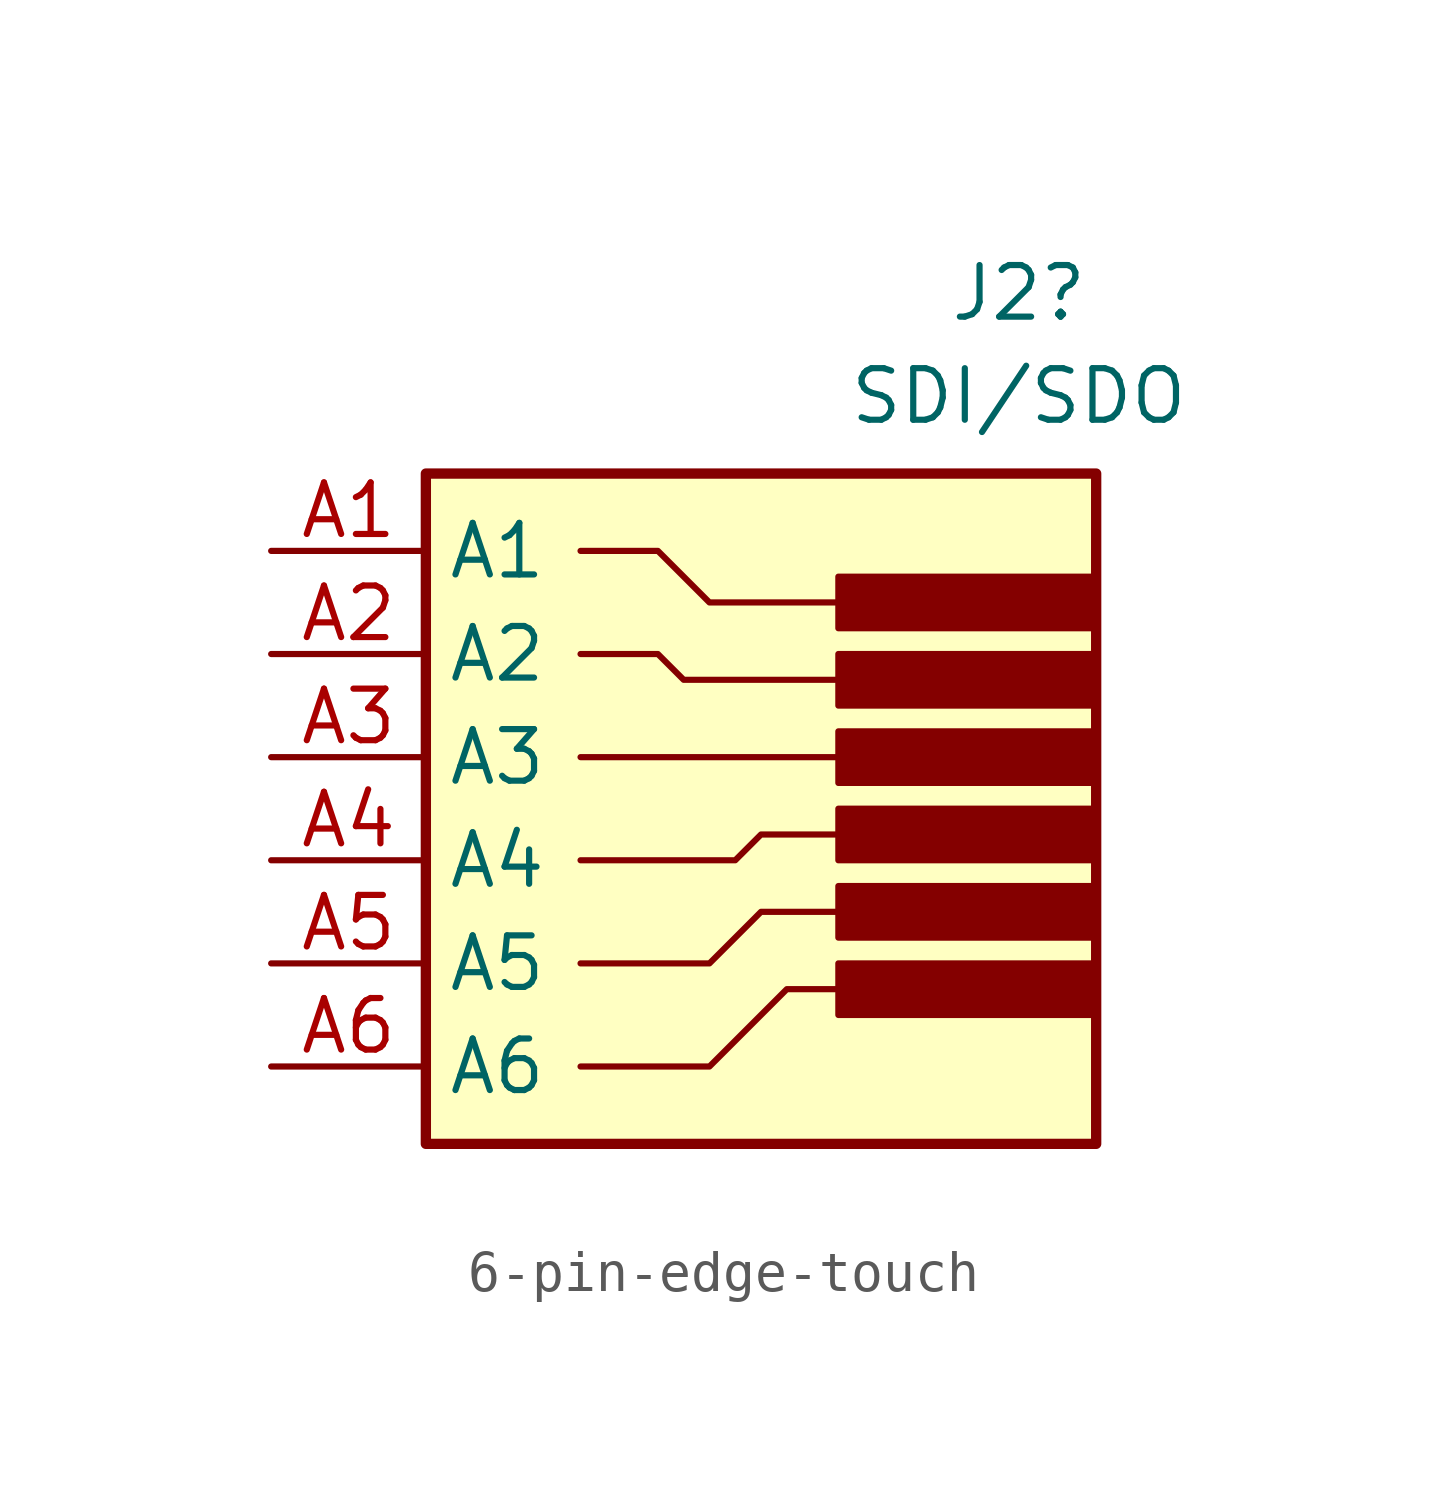
<source format=kicad_sym>
(kicad_symbol_lib
  (version 20220914)
  (generator kicad_symbol_editor)
  (symbol "6-pin-edge-touch"
    (property "Reference" "J2"
      (at 3.175 21.59 0)
      (effects (font (size 1.27 1.27))))
    (property "Value" "SDI/SDO"
      (at 3.175 19.05 0)
      (effects (font (size 1.27 1.27))))
    (symbol "6-pin-edge-touch_0_1"
      (rectangle (start -11.43 17.145) (end 5.08 0.635) (stroke (width 0.254) (type default)) (fill (type background)))
      (rectangle (start -1.27 5.08) (end 5.08 3.81) (stroke (width 0) (type default)) (fill (type color) (color 132 0 0 1)))
      (rectangle (start -1.27 6.985) (end 5.08 5.715) (stroke (width 0) (type default)) (fill (type color) (color 132 0 0 1)))
      (rectangle (start -1.27 8.89) (end 5.08 7.62) (stroke (width 0) (type default)) (fill (type color) (color 132 0 0 1)))
      (rectangle (start -1.27 10.795) (end 5.08 9.525) (stroke (width 0) (type default)) (fill (type color) (color 132 0 0 1)))
      (rectangle (start -1.27 12.7) (end 5.08 11.43) (stroke (width 0) (type default)) (fill (type color) (color 132 0 0 1)))
      (rectangle (start -1.27 14.605) (end 5.08 13.335) (stroke (width 0) (type default)) (fill (type color) (color 132 0 0 1)))
      (polyline (pts (xy -7.62 10.16) (xy -1.27 10.16)) (stroke (width 0) (type default)) (fill (type none)))
      (polyline (pts (xy -7.62 2.54) (xy -4.445 2.54) (xy -2.54 4.445) (xy -1.27 4.445)) (stroke (width 0) (type default)) (fill (type none)))
      (polyline (pts (xy -7.62 5.08) (xy -4.445 5.08) (xy -3.175 6.35) (xy -1.27 6.35)) (stroke (width 0) (type default)) (fill (type none)))
      (polyline (pts (xy -7.62 7.62) (xy -3.81 7.62) (xy -3.175 8.255) (xy -1.27 8.255)) (stroke (width 0) (type default)) (fill (type none)))
      (polyline (pts (xy -7.62 12.7) (xy -5.715 12.7) (xy -5.08 12.065) (xy -1.27 12.065)) (stroke (width 0) (type default)) (fill (type none)))
      (polyline (pts (xy -7.62 15.24) (xy -5.715 15.24) (xy -4.445 13.97) (xy -1.27 13.97)) (stroke (width 0) (type default)) (fill (type none))))
    (symbol "6-pin-edge-touch_1_1"
      (pin passive line (at -15.24 15.24 0) (length 3.81) (name "A1" (effects (font (size 1.27 1.27)))) (number "A1" (effects (font (size 1.27 1.27)))))
      (pin passive line (at -15.24 12.7 0) (length 3.81) (name "A2" (effects (font (size 1.27 1.27)))) (number "A2" (effects (font (size 1.27 1.27)))))
      (pin passive line (at -15.24 10.16 0) (length 3.81) (name "A3" (effects (font (size 1.27 1.27)))) (number "A3" (effects (font (size 1.27 1.27)))))
      (pin passive line (at -15.24 7.62 0) (length 3.81) (name "A4" (effects (font (size 1.27 1.27)))) (number "A4" (effects (font (size 1.27 1.27)))))
      (pin passive line (at -15.24 5.08 0) (length 3.81) (name "A5" (effects (font (size 1.27 1.27)))) (number "A5" (effects (font (size 1.27 1.27)))))
      (pin passive line (at -15.24 2.54 0) (length 3.81) (name "A6" (effects (font (size 1.27 1.27)))) (number "A6" (effects (font (size 1.27 1.27))))))))
</source>
